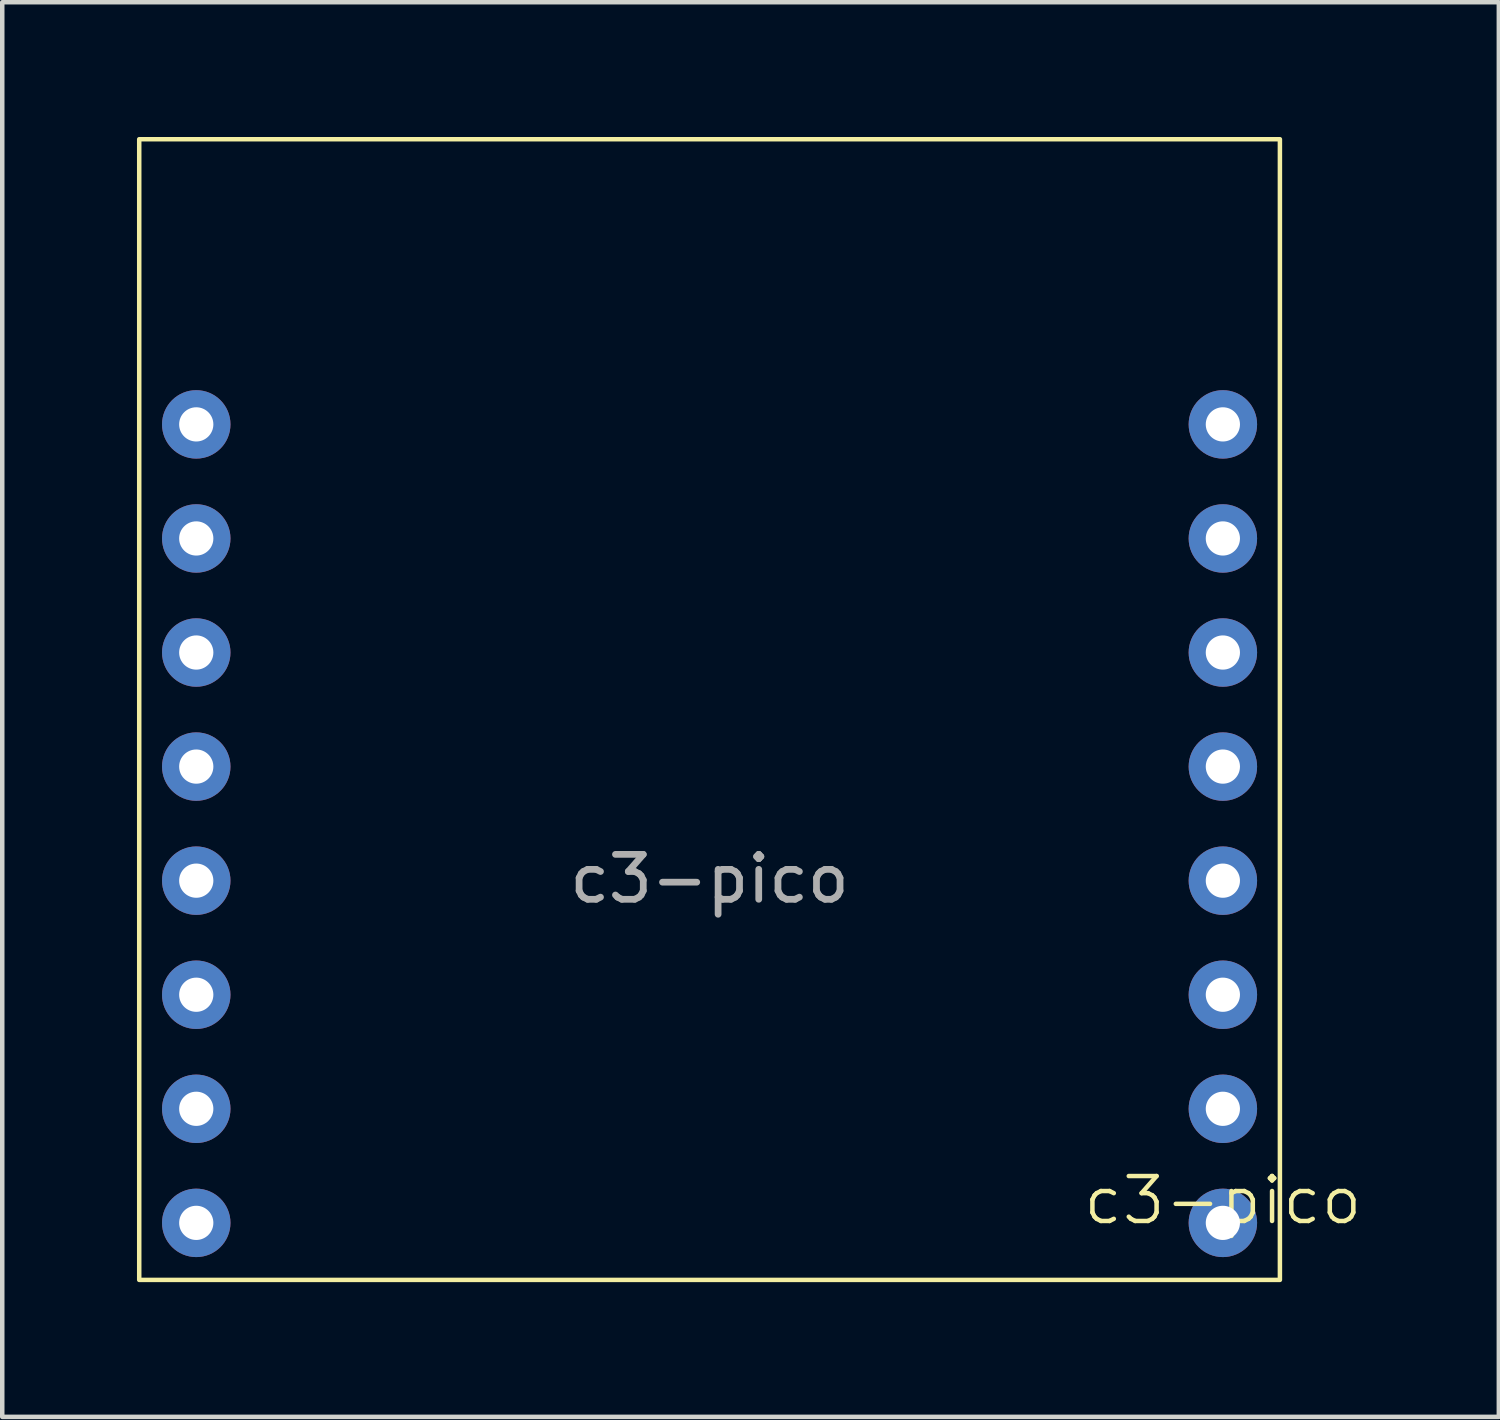
<source format=kicad_pcb>
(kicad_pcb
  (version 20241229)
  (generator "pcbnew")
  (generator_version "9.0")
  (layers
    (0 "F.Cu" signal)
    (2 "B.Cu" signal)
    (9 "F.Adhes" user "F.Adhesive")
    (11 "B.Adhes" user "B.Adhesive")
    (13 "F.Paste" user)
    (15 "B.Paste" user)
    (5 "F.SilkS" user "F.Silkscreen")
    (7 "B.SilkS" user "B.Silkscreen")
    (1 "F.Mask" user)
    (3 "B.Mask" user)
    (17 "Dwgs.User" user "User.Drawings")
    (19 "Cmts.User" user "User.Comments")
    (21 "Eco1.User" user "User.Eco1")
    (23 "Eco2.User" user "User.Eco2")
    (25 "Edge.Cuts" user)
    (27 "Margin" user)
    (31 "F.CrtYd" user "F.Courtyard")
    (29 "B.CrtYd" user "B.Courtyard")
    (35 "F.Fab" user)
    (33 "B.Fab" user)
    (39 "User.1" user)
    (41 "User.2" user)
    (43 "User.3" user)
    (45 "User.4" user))
  (footprint "c3-pico"
    (layer "F.Cu")
    (at 12.75 14.02)
    (property "Reference" "c3-pico" (at 11.43 9.66 0) (unlocked yes) (layer "F.SilkS") (effects (font (size 1 1) (thickness 0.1))))
    (attr through_hole)
    (fp_rect (start -12.7 -13.97) (end 12.7 11.43) (stroke (width 0.1) (type solid)) (fill no) (layer "F.SilkS"))
    (fp_text user "${REFERENCE}" (at 0 2.5 0) (unlocked yes) (layer "F.Fab") (effects (font (size 1 1) (thickness 0.15))))
    (pad "1" thru_hole circle (at 11.43 10.16) (size 1.524 1.524) (drill 0.762) (layers "*.Cu" "*.Mask"))
    (pad "2" thru_hole circle (at 11.43 7.62) (size 1.524 1.524) (drill 0.762) (layers "*.Cu" "*.Mask"))
    (pad "3" thru_hole circle (at 11.43 5.08) (size 1.524 1.524) (drill 0.762) (layers "*.Cu" "*.Mask"))
    (pad "4" thru_hole circle (at 11.43 2.54) (size 1.524 1.524) (drill 0.762) (layers "*.Cu" "*.Mask"))
    (pad "5" thru_hole circle (at 11.43 0) (size 1.524 1.524) (drill 0.762) (layers "*.Cu" "*.Mask"))
    (pad "6" thru_hole circle (at 11.43 -2.54) (size 1.524 1.524) (drill 0.762) (layers "*.Cu" "*.Mask"))
    (pad "7" thru_hole circle (at 11.43 -5.08) (size 1.524 1.524) (drill 0.762) (layers "*.Cu" "*.Mask"))
    (pad "8" thru_hole circle (at 11.43 -7.62) (size 1.524 1.524) (drill 0.762) (layers "*.Cu" "*.Mask"))
    (pad "9" thru_hole circle (at -11.43 10.16) (size 1.524 1.524) (drill 0.762) (layers "*.Cu" "*.Mask"))
    (pad "10" thru_hole circle (at -11.43 7.62) (size 1.524 1.524) (drill 0.762) (layers "*.Cu" "*.Mask"))
    (pad "11" thru_hole circle (at -11.43 5.08) (size 1.524 1.524) (drill 0.762) (layers "*.Cu" "*.Mask"))
    (pad "12" thru_hole circle (at -11.43 2.54) (size 1.524 1.524) (drill 0.762) (layers "*.Cu" "*.Mask"))
    (pad "13" thru_hole circle (at -11.43 0) (size 1.524 1.524) (drill 0.762) (layers "*.Cu" "*.Mask"))
    (pad "14" thru_hole circle (at -11.43 -2.54) (size 1.524 1.524) (drill 0.762) (layers "*.Cu" "*.Mask"))
    (pad "15" thru_hole circle (at -11.43 -5.08) (size 1.524 1.524) (drill 0.762) (layers "*.Cu" "*.Mask"))
    (pad "16" thru_hole circle (at -11.43 -7.62) (size 1.524 1.524) (drill 0.762) (layers "*.Cu" "*.Mask")))
  (gr_rect
    (start -3 -3)
    (end 30.325 28.5)
    (stroke (width 0.1) (type default))
    (fill no)
    (layer "Edge.Cuts")))
</source>
